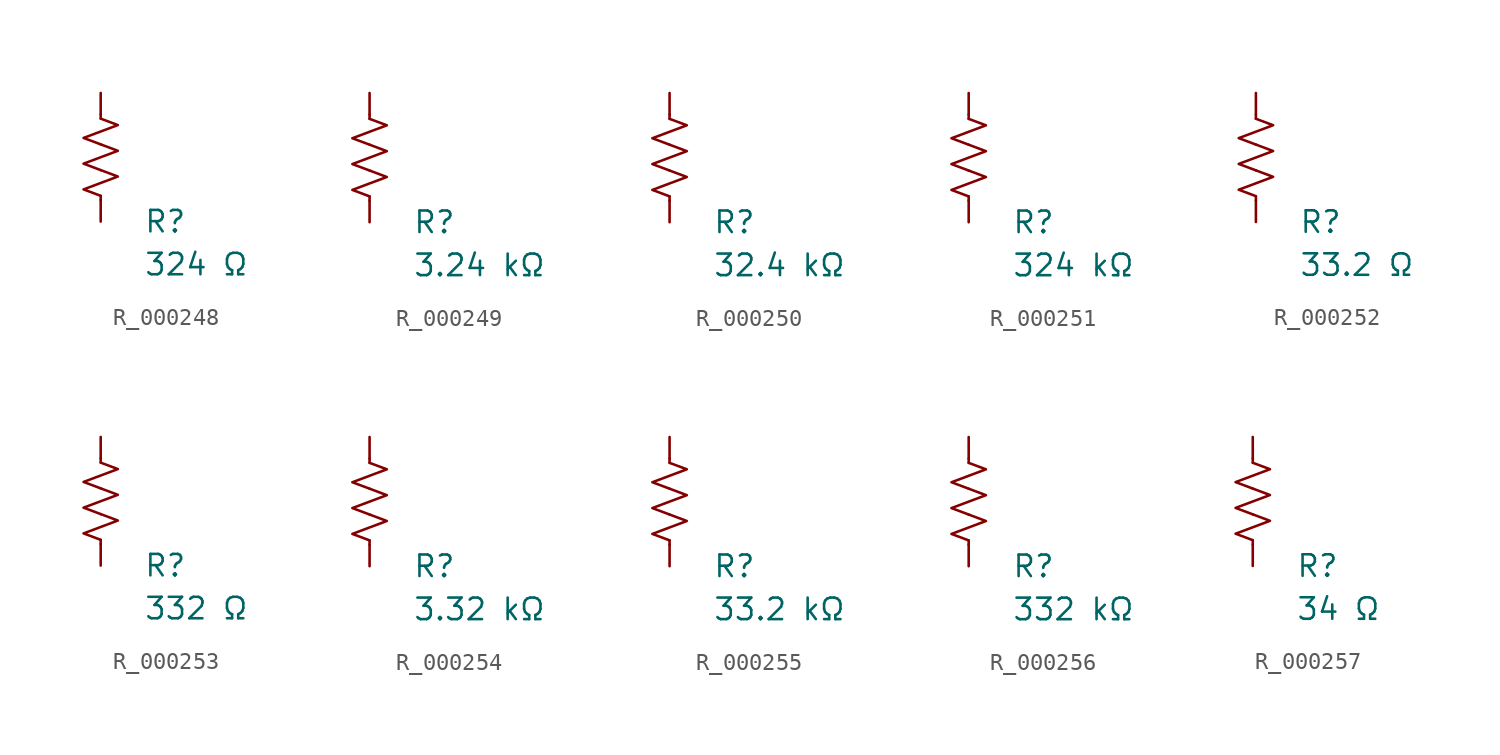
<source format=kicad_sym>
(kicad_symbol_lib
  (version 20231120)
  (generator "kicad_symbol_editor")
  (generator_version "8.0")
  (symbol "R_000248"
    (pin_numbers hide)
    (pin_names
      (offset 0))
    (property "Reference" "R"
      (at 2.54 -3.81 0)
      (effects (font (size 1.27 1.27)) (justify left))
      (show_name no))
    (property "Value" "324 Ω"
      (at 2.54 -6.35 0)
      (effects (font (size 1.27 1.27)) (justify left))
      (show_name no))
    (symbol "R_000248_0_1"
      (polyline (pts (xy 0 -2.286) (xy 0 -2.54)) (stroke (width 0) (type default)) (fill (type none)))
      (polyline (pts (xy 0 2.286) (xy 0 2.54)) (stroke (width 0) (type default)) (fill (type none)))
      (polyline (pts (xy 0 -0.762) (xy 1.016 -1.143) (xy 0 -1.524) (xy -1.016 -1.905) (xy 0 -2.286)) (stroke (width 0) (type default)) (fill (type none)))
      (polyline (pts (xy 0 0.762) (xy 1.016 0.381) (xy 0 0) (xy -1.016 -0.381) (xy 0 -0.762)) (stroke (width 0) (type default)) (fill (type none)))
      (polyline (pts (xy 0 2.286) (xy 1.016 1.905) (xy 0 1.524) (xy -1.016 1.143) (xy 0 0.762)) (stroke (width 0) (type default)) (fill (type none))))
    (symbol "R_000248_1_1"
      (pin passive line (at 0 3.81 270) (length 1.27) (name "~" (effects (font (size 1.27 1.27)))) (number "1" (effects (font (size 1.27 1.27)))))
      (pin passive line (at 0 -3.81 90) (length 1.27) (name "~" (effects (font (size 1.27 1.27)))) (number "2" (effects (font (size 1.27 1.27)))))))
  (symbol "R_000249"
    (pin_numbers hide)
    (pin_names
      (offset 0))
    (property "Reference" "R"
      (at 2.54 -3.81 0)
      (effects (font (size 1.27 1.27)) (justify left))
      (show_name no))
    (property "Value" "3.24 kΩ"
      (at 2.54 -6.35 0)
      (effects (font (size 1.27 1.27)) (justify left))
      (show_name no))
    (symbol "R_000249_0_1"
      (polyline (pts (xy 0 -2.286) (xy 0 -2.54)) (stroke (width 0) (type default)) (fill (type none)))
      (polyline (pts (xy 0 2.286) (xy 0 2.54)) (stroke (width 0) (type default)) (fill (type none)))
      (polyline (pts (xy 0 -0.762) (xy 1.016 -1.143) (xy 0 -1.524) (xy -1.016 -1.905) (xy 0 -2.286)) (stroke (width 0) (type default)) (fill (type none)))
      (polyline (pts (xy 0 0.762) (xy 1.016 0.381) (xy 0 0) (xy -1.016 -0.381) (xy 0 -0.762)) (stroke (width 0) (type default)) (fill (type none)))
      (polyline (pts (xy 0 2.286) (xy 1.016 1.905) (xy 0 1.524) (xy -1.016 1.143) (xy 0 0.762)) (stroke (width 0) (type default)) (fill (type none))))
    (symbol "R_000249_1_1"
      (pin passive line (at 0 3.81 270) (length 1.27) (name "~" (effects (font (size 1.27 1.27)))) (number "1" (effects (font (size 1.27 1.27)))))
      (pin passive line (at 0 -3.81 90) (length 1.27) (name "~" (effects (font (size 1.27 1.27)))) (number "2" (effects (font (size 1.27 1.27)))))))
  (symbol "R_000250"
    (pin_numbers hide)
    (pin_names
      (offset 0))
    (property "Reference" "R"
      (at 2.54 -3.81 0)
      (effects (font (size 1.27 1.27)) (justify left))
      (show_name no))
    (property "Value" "32.4 kΩ"
      (at 2.54 -6.35 0)
      (effects (font (size 1.27 1.27)) (justify left))
      (show_name no))
    (symbol "R_000250_0_1"
      (polyline (pts (xy 0 -2.286) (xy 0 -2.54)) (stroke (width 0) (type default)) (fill (type none)))
      (polyline (pts (xy 0 2.286) (xy 0 2.54)) (stroke (width 0) (type default)) (fill (type none)))
      (polyline (pts (xy 0 -0.762) (xy 1.016 -1.143) (xy 0 -1.524) (xy -1.016 -1.905) (xy 0 -2.286)) (stroke (width 0) (type default)) (fill (type none)))
      (polyline (pts (xy 0 0.762) (xy 1.016 0.381) (xy 0 0) (xy -1.016 -0.381) (xy 0 -0.762)) (stroke (width 0) (type default)) (fill (type none)))
      (polyline (pts (xy 0 2.286) (xy 1.016 1.905) (xy 0 1.524) (xy -1.016 1.143) (xy 0 0.762)) (stroke (width 0) (type default)) (fill (type none))))
    (symbol "R_000250_1_1"
      (pin passive line (at 0 3.81 270) (length 1.27) (name "~" (effects (font (size 1.27 1.27)))) (number "1" (effects (font (size 1.27 1.27)))))
      (pin passive line (at 0 -3.81 90) (length 1.27) (name "~" (effects (font (size 1.27 1.27)))) (number "2" (effects (font (size 1.27 1.27)))))))
  (symbol "R_000251"
    (pin_numbers hide)
    (pin_names
      (offset 0))
    (property "Reference" "R"
      (at 2.54 -3.81 0)
      (effects (font (size 1.27 1.27)) (justify left))
      (show_name no))
    (property "Value" "324 kΩ"
      (at 2.54 -6.35 0)
      (effects (font (size 1.27 1.27)) (justify left))
      (show_name no))
    (symbol "R_000251_0_1"
      (polyline (pts (xy 0 -2.286) (xy 0 -2.54)) (stroke (width 0) (type default)) (fill (type none)))
      (polyline (pts (xy 0 2.286) (xy 0 2.54)) (stroke (width 0) (type default)) (fill (type none)))
      (polyline (pts (xy 0 -0.762) (xy 1.016 -1.143) (xy 0 -1.524) (xy -1.016 -1.905) (xy 0 -2.286)) (stroke (width 0) (type default)) (fill (type none)))
      (polyline (pts (xy 0 0.762) (xy 1.016 0.381) (xy 0 0) (xy -1.016 -0.381) (xy 0 -0.762)) (stroke (width 0) (type default)) (fill (type none)))
      (polyline (pts (xy 0 2.286) (xy 1.016 1.905) (xy 0 1.524) (xy -1.016 1.143) (xy 0 0.762)) (stroke (width 0) (type default)) (fill (type none))))
    (symbol "R_000251_1_1"
      (pin passive line (at 0 3.81 270) (length 1.27) (name "~" (effects (font (size 1.27 1.27)))) (number "1" (effects (font (size 1.27 1.27)))))
      (pin passive line (at 0 -3.81 90) (length 1.27) (name "~" (effects (font (size 1.27 1.27)))) (number "2" (effects (font (size 1.27 1.27)))))))
  (symbol "R_000252"
    (pin_numbers hide)
    (pin_names
      (offset 0))
    (property "Reference" "R"
      (at 2.54 -3.81 0)
      (effects (font (size 1.27 1.27)) (justify left))
      (show_name no))
    (property "Value" "33.2 Ω"
      (at 2.54 -6.35 0)
      (effects (font (size 1.27 1.27)) (justify left))
      (show_name no))
    (symbol "R_000252_0_1"
      (polyline (pts (xy 0 -2.286) (xy 0 -2.54)) (stroke (width 0) (type default)) (fill (type none)))
      (polyline (pts (xy 0 2.286) (xy 0 2.54)) (stroke (width 0) (type default)) (fill (type none)))
      (polyline (pts (xy 0 -0.762) (xy 1.016 -1.143) (xy 0 -1.524) (xy -1.016 -1.905) (xy 0 -2.286)) (stroke (width 0) (type default)) (fill (type none)))
      (polyline (pts (xy 0 0.762) (xy 1.016 0.381) (xy 0 0) (xy -1.016 -0.381) (xy 0 -0.762)) (stroke (width 0) (type default)) (fill (type none)))
      (polyline (pts (xy 0 2.286) (xy 1.016 1.905) (xy 0 1.524) (xy -1.016 1.143) (xy 0 0.762)) (stroke (width 0) (type default)) (fill (type none))))
    (symbol "R_000252_1_1"
      (pin passive line (at 0 3.81 270) (length 1.27) (name "~" (effects (font (size 1.27 1.27)))) (number "1" (effects (font (size 1.27 1.27)))))
      (pin passive line (at 0 -3.81 90) (length 1.27) (name "~" (effects (font (size 1.27 1.27)))) (number "2" (effects (font (size 1.27 1.27)))))))
  (symbol "R_000253"
    (pin_numbers hide)
    (pin_names
      (offset 0))
    (property "Reference" "R"
      (at 2.54 -3.81 0)
      (effects (font (size 1.27 1.27)) (justify left))
      (show_name no))
    (property "Value" "332 Ω"
      (at 2.54 -6.35 0)
      (effects (font (size 1.27 1.27)) (justify left))
      (show_name no))
    (symbol "R_000253_0_1"
      (polyline (pts (xy 0 -2.286) (xy 0 -2.54)) (stroke (width 0) (type default)) (fill (type none)))
      (polyline (pts (xy 0 2.286) (xy 0 2.54)) (stroke (width 0) (type default)) (fill (type none)))
      (polyline (pts (xy 0 -0.762) (xy 1.016 -1.143) (xy 0 -1.524) (xy -1.016 -1.905) (xy 0 -2.286)) (stroke (width 0) (type default)) (fill (type none)))
      (polyline (pts (xy 0 0.762) (xy 1.016 0.381) (xy 0 0) (xy -1.016 -0.381) (xy 0 -0.762)) (stroke (width 0) (type default)) (fill (type none)))
      (polyline (pts (xy 0 2.286) (xy 1.016 1.905) (xy 0 1.524) (xy -1.016 1.143) (xy 0 0.762)) (stroke (width 0) (type default)) (fill (type none))))
    (symbol "R_000253_1_1"
      (pin passive line (at 0 3.81 270) (length 1.27) (name "~" (effects (font (size 1.27 1.27)))) (number "1" (effects (font (size 1.27 1.27)))))
      (pin passive line (at 0 -3.81 90) (length 1.27) (name "~" (effects (font (size 1.27 1.27)))) (number "2" (effects (font (size 1.27 1.27)))))))
  (symbol "R_000254"
    (pin_numbers hide)
    (pin_names
      (offset 0))
    (property "Reference" "R"
      (at 2.54 -3.81 0)
      (effects (font (size 1.27 1.27)) (justify left))
      (show_name no))
    (property "Value" "3.32 kΩ"
      (at 2.54 -6.35 0)
      (effects (font (size 1.27 1.27)) (justify left))
      (show_name no))
    (symbol "R_000254_0_1"
      (polyline (pts (xy 0 -2.286) (xy 0 -2.54)) (stroke (width 0) (type default)) (fill (type none)))
      (polyline (pts (xy 0 2.286) (xy 0 2.54)) (stroke (width 0) (type default)) (fill (type none)))
      (polyline (pts (xy 0 -0.762) (xy 1.016 -1.143) (xy 0 -1.524) (xy -1.016 -1.905) (xy 0 -2.286)) (stroke (width 0) (type default)) (fill (type none)))
      (polyline (pts (xy 0 0.762) (xy 1.016 0.381) (xy 0 0) (xy -1.016 -0.381) (xy 0 -0.762)) (stroke (width 0) (type default)) (fill (type none)))
      (polyline (pts (xy 0 2.286) (xy 1.016 1.905) (xy 0 1.524) (xy -1.016 1.143) (xy 0 0.762)) (stroke (width 0) (type default)) (fill (type none))))
    (symbol "R_000254_1_1"
      (pin passive line (at 0 3.81 270) (length 1.27) (name "~" (effects (font (size 1.27 1.27)))) (number "1" (effects (font (size 1.27 1.27)))))
      (pin passive line (at 0 -3.81 90) (length 1.27) (name "~" (effects (font (size 1.27 1.27)))) (number "2" (effects (font (size 1.27 1.27)))))))
  (symbol "R_000255"
    (pin_numbers hide)
    (pin_names
      (offset 0))
    (property "Reference" "R"
      (at 2.54 -3.81 0)
      (effects (font (size 1.27 1.27)) (justify left))
      (show_name no))
    (property "Value" "33.2 kΩ"
      (at 2.54 -6.35 0)
      (effects (font (size 1.27 1.27)) (justify left))
      (show_name no))
    (symbol "R_000255_0_1"
      (polyline (pts (xy 0 -2.286) (xy 0 -2.54)) (stroke (width 0) (type default)) (fill (type none)))
      (polyline (pts (xy 0 2.286) (xy 0 2.54)) (stroke (width 0) (type default)) (fill (type none)))
      (polyline (pts (xy 0 -0.762) (xy 1.016 -1.143) (xy 0 -1.524) (xy -1.016 -1.905) (xy 0 -2.286)) (stroke (width 0) (type default)) (fill (type none)))
      (polyline (pts (xy 0 0.762) (xy 1.016 0.381) (xy 0 0) (xy -1.016 -0.381) (xy 0 -0.762)) (stroke (width 0) (type default)) (fill (type none)))
      (polyline (pts (xy 0 2.286) (xy 1.016 1.905) (xy 0 1.524) (xy -1.016 1.143) (xy 0 0.762)) (stroke (width 0) (type default)) (fill (type none))))
    (symbol "R_000255_1_1"
      (pin passive line (at 0 3.81 270) (length 1.27) (name "~" (effects (font (size 1.27 1.27)))) (number "1" (effects (font (size 1.27 1.27)))))
      (pin passive line (at 0 -3.81 90) (length 1.27) (name "~" (effects (font (size 1.27 1.27)))) (number "2" (effects (font (size 1.27 1.27)))))))
  (symbol "R_000256"
    (pin_numbers hide)
    (pin_names
      (offset 0))
    (property "Reference" "R"
      (at 2.54 -3.81 0)
      (effects (font (size 1.27 1.27)) (justify left))
      (show_name no))
    (property "Value" "332 kΩ"
      (at 2.54 -6.35 0)
      (effects (font (size 1.27 1.27)) (justify left))
      (show_name no))
    (symbol "R_000256_0_1"
      (polyline (pts (xy 0 -2.286) (xy 0 -2.54)) (stroke (width 0) (type default)) (fill (type none)))
      (polyline (pts (xy 0 2.286) (xy 0 2.54)) (stroke (width 0) (type default)) (fill (type none)))
      (polyline (pts (xy 0 -0.762) (xy 1.016 -1.143) (xy 0 -1.524) (xy -1.016 -1.905) (xy 0 -2.286)) (stroke (width 0) (type default)) (fill (type none)))
      (polyline (pts (xy 0 0.762) (xy 1.016 0.381) (xy 0 0) (xy -1.016 -0.381) (xy 0 -0.762)) (stroke (width 0) (type default)) (fill (type none)))
      (polyline (pts (xy 0 2.286) (xy 1.016 1.905) (xy 0 1.524) (xy -1.016 1.143) (xy 0 0.762)) (stroke (width 0) (type default)) (fill (type none))))
    (symbol "R_000256_1_1"
      (pin passive line (at 0 3.81 270) (length 1.27) (name "~" (effects (font (size 1.27 1.27)))) (number "1" (effects (font (size 1.27 1.27)))))
      (pin passive line (at 0 -3.81 90) (length 1.27) (name "~" (effects (font (size 1.27 1.27)))) (number "2" (effects (font (size 1.27 1.27)))))))
  (symbol "R_000257"
    (pin_numbers hide)
    (pin_names
      (offset 0))
    (property "Reference" "R"
      (at 2.54 -3.81 0)
      (effects (font (size 1.27 1.27)) (justify left))
      (show_name no))
    (property "Value" "34 Ω"
      (at 2.54 -6.35 0)
      (effects (font (size 1.27 1.27)) (justify left))
      (show_name no))
    (symbol "R_000257_0_1"
      (polyline (pts (xy 0 -2.286) (xy 0 -2.54)) (stroke (width 0) (type default)) (fill (type none)))
      (polyline (pts (xy 0 2.286) (xy 0 2.54)) (stroke (width 0) (type default)) (fill (type none)))
      (polyline (pts (xy 0 -0.762) (xy 1.016 -1.143) (xy 0 -1.524) (xy -1.016 -1.905) (xy 0 -2.286)) (stroke (width 0) (type default)) (fill (type none)))
      (polyline (pts (xy 0 0.762) (xy 1.016 0.381) (xy 0 0) (xy -1.016 -0.381) (xy 0 -0.762)) (stroke (width 0) (type default)) (fill (type none)))
      (polyline (pts (xy 0 2.286) (xy 1.016 1.905) (xy 0 1.524) (xy -1.016 1.143) (xy 0 0.762)) (stroke (width 0) (type default)) (fill (type none))))
    (symbol "R_000257_1_1"
      (pin passive line (at 0 3.81 270) (length 1.27) (name "~" (effects (font (size 1.27 1.27)))) (number "1" (effects (font (size 1.27 1.27)))))
      (pin passive line (at 0 -3.81 90) (length 1.27) (name "~" (effects (font (size 1.27 1.27)))) (number "2" (effects (font (size 1.27 1.27))))))))
</source>
